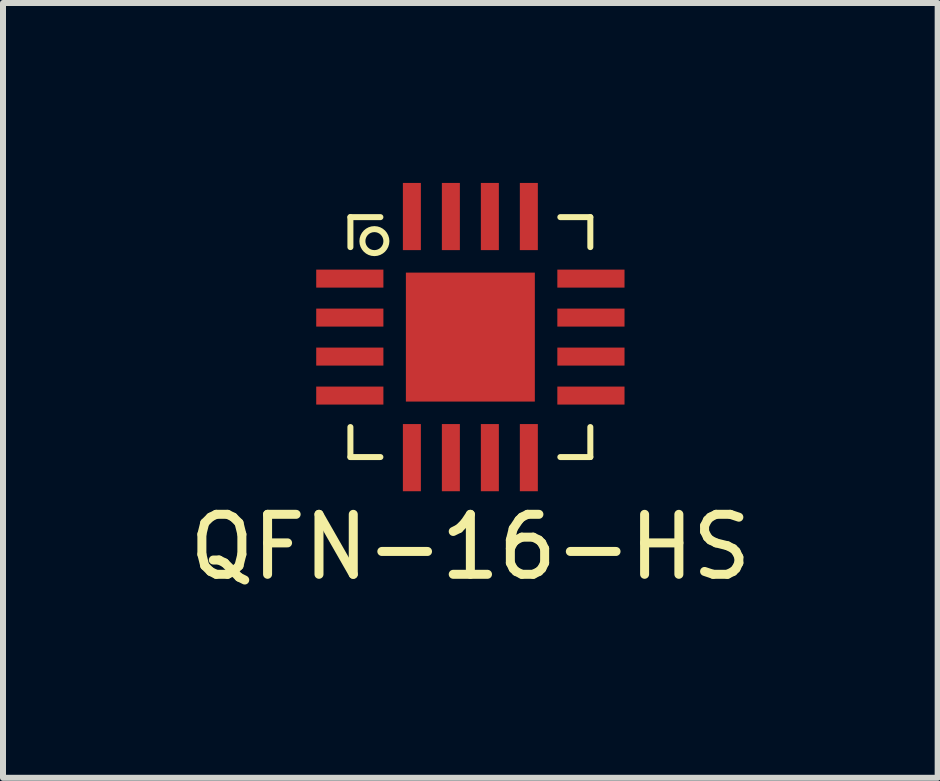
<source format=kicad_pcb>
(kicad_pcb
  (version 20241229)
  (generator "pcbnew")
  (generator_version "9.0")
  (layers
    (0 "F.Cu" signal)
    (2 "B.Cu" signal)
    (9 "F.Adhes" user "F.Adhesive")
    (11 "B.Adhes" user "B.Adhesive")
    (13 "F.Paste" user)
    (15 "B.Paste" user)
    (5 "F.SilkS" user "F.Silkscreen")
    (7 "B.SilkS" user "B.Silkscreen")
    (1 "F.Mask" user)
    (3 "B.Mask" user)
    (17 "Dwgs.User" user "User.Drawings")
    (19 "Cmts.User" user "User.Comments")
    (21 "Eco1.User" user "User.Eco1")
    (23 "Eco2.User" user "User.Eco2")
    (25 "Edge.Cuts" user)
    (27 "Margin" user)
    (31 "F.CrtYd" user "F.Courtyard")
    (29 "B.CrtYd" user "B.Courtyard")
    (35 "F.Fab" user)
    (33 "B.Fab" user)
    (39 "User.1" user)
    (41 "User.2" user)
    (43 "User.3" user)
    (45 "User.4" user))
  (footprint "QFN-16-HS"
    (layer "F.Cu")
    (at 4.792 2.57)
    (property "Reference" "QFN-16-HS" (at 0 3.5 0) (layer "F.SilkS") (effects (font (size 1 1) (thickness 0.15))))
    (attr through_hole)
    (fp_line (start -2 -2) (end -2 -1.5) (stroke (width 0.1) (type solid)) (layer "F.SilkS"))
    (fp_line (start -2 -2) (end -1.5 -2) (stroke (width 0.1) (type solid)) (layer "F.SilkS"))
    (fp_line (start -2 2) (end -2 1.5) (stroke (width 0.1) (type solid)) (layer "F.SilkS"))
    (fp_line (start -1.5 2) (end -2 2) (stroke (width 0.1) (type solid)) (layer "F.SilkS"))
    (fp_line (start 1.5 -2) (end 2 -2) (stroke (width 0.1) (type solid)) (layer "F.SilkS"))
    (fp_line (start 2 -2) (end 2 -1.5) (stroke (width 0.1) (type solid)) (layer "F.SilkS"))
    (fp_line (start 2 1.5) (end 2 2) (stroke (width 0.1) (type solid)) (layer "F.SilkS"))
    (fp_line (start 2 2) (end 1.5 2) (stroke (width 0.1) (type solid)) (layer "F.SilkS"))
    (fp_circle (center -1.6 -1.6) (end -1.4 -1.6) (stroke (width 0.1) (type solid)) (fill no) (layer "F.SilkS"))
    (pad "1" smd rect (at -2.01 -0.975) (size 1.12 0.3) (layers "F.Cu" "F.Mask" "F.Paste"))
    (pad "2" smd rect (at -2.01 -0.325) (size 1.12 0.3) (layers "F.Cu" "F.Mask" "F.Paste"))
    (pad "3" smd rect (at -2.01 0.325) (size 1.12 0.3) (layers "F.Cu" "F.Mask" "F.Paste"))
    (pad "4" smd rect (at -2.01 0.975) (size 1.12 0.3) (layers "F.Cu" "F.Mask" "F.Paste"))
    (pad "5" smd rect (at -0.975 2.01) (size 0.3 1.12) (layers "F.Cu" "F.Mask" "F.Paste"))
    (pad "6" smd rect (at -0.325 2.01) (size 0.3 1.12) (layers "F.Cu" "F.Mask" "F.Paste"))
    (pad "7" smd rect (at 0.325 2.01) (size 0.3 1.12) (layers "F.Cu" "F.Mask" "F.Paste"))
    (pad "8" smd rect (at 0.975 2.01) (size 0.3 1.12) (layers "F.Cu" "F.Mask" "F.Paste"))
    (pad "9" smd rect (at 2.01 0.975) (size 1.12 0.3) (layers "F.Cu" "F.Mask" "F.Paste"))
    (pad "10" smd rect (at 2.01 0.325) (size 1.12 0.3) (layers "F.Cu" "F.Mask" "F.Paste"))
    (pad "11" smd rect (at 2.01 -0.325) (size 1.12 0.3) (layers "F.Cu" "F.Mask" "F.Paste"))
    (pad "12" smd rect (at 2.01 -0.975) (size 1.12 0.3) (layers "F.Cu" "F.Mask" "F.Paste"))
    (pad "13" smd rect (at 0.975 -2.01) (size 0.3 1.12) (layers "F.Cu" "F.Mask" "F.Paste"))
    (pad "14" smd rect (at 0.325 -2.01) (size 0.3 1.12) (layers "F.Cu" "F.Mask" "F.Paste"))
    (pad "15" smd rect (at -0.325 -2.01) (size 0.3 1.12) (layers "F.Cu" "F.Mask" "F.Paste"))
    (pad "16" smd rect (at -0.975 -2.01) (size 0.3 1.12) (layers "F.Cu" "F.Mask" "F.Paste"))
    (pad "~" smd rect (at 0 0) (size 2.15 2.15) (layers "F.Cu" "F.Mask" "F.Paste")))
  (gr_rect
    (start -3 -3)
    (end 12.583 9.918)
    (stroke (width 0.1) (type default))
    (fill no)
    (layer "Edge.Cuts")))
</source>
